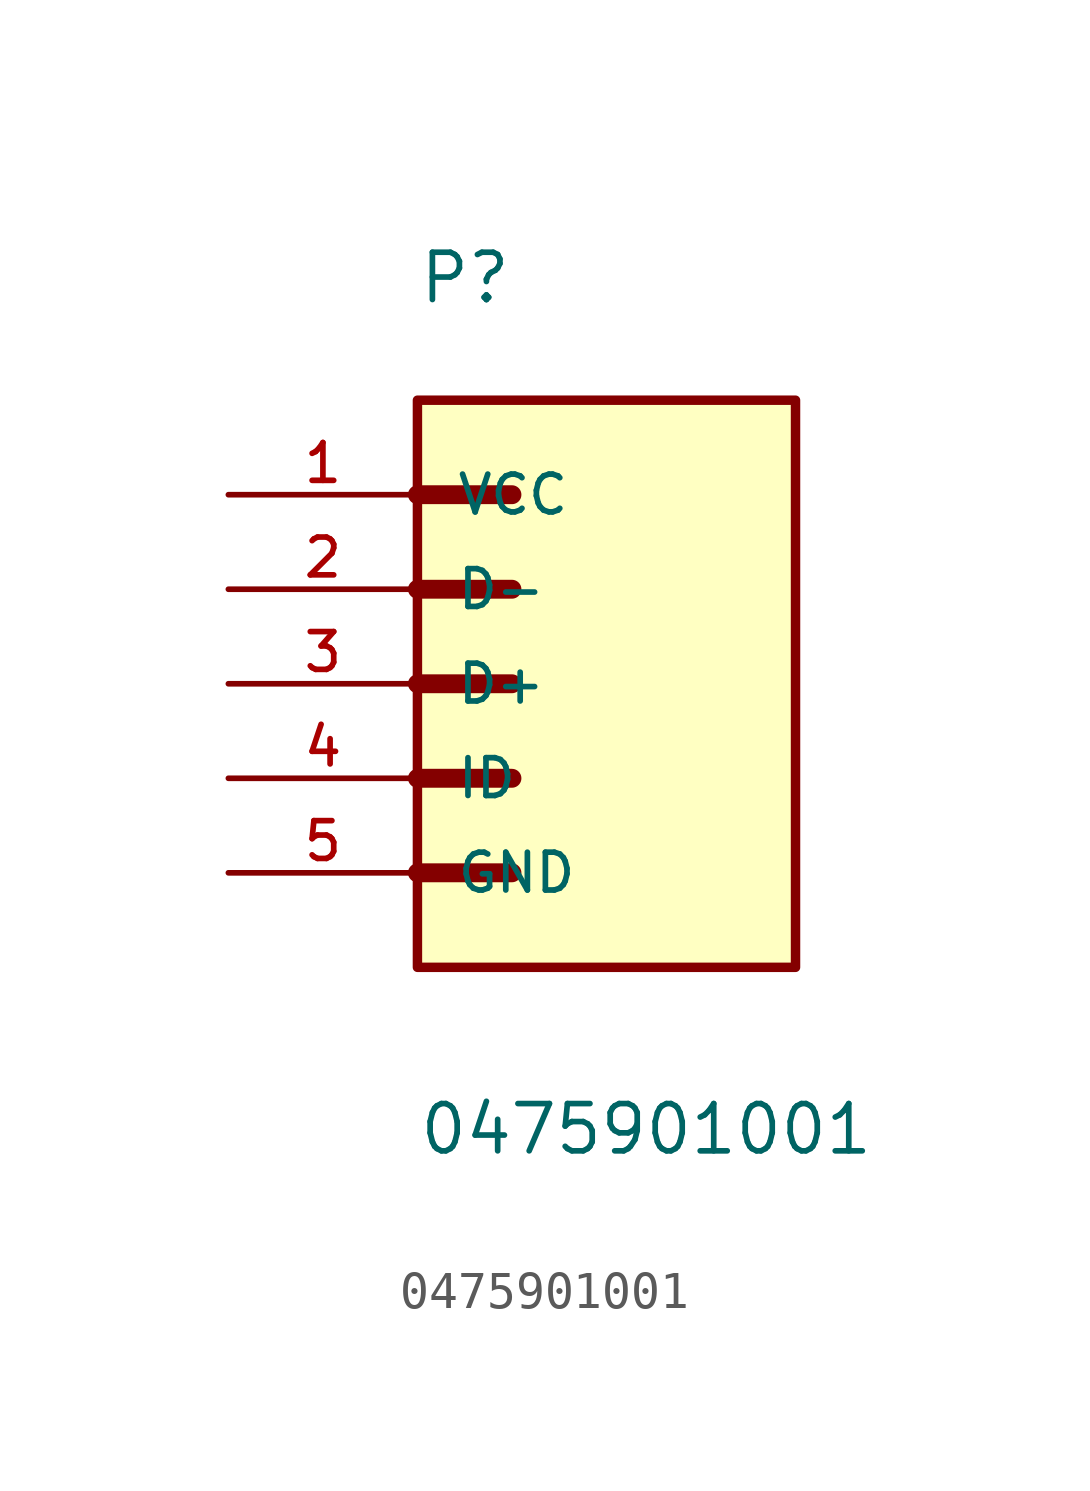
<source format=kicad_sym>
(kicad_symbol_lib
  (version 20211014)
  (generator kicad_symbol_editor)
  (symbol "0475901001"
    (pin_names
      (offset 1.016))
    (property "Reference" "P"
      (at 0.0 10.162 0)
      (effects (font (size 1.27 1.27)) (justify bottom left)))
    (property "Value" "0475901001"
      (at 0.0 -12.714 0)
      (effects (font (size 1.27 1.27)) (justify bottom left)))
    (symbol "0475901001_0_0"
      (polyline (pts (xy 0.0 5.08) (xy 2.54 5.08)) (stroke (width 0.508)))
      (polyline (pts (xy 0.0 2.54) (xy 2.54 2.54)) (stroke (width 0.508)))
      (polyline (pts (xy 0.0 0.0) (xy 2.54 0.0)) (stroke (width 0.508)))
      (polyline (pts (xy 0.0 -2.54) (xy 2.54 -2.54)) (stroke (width 0.508)))
      (polyline (pts (xy 0.0 -5.08) (xy 2.54 -5.08)) (stroke (width 0.508)))
      (rectangle (start 8.881784197e-16 -7.62) (end 10.16 7.62) (stroke (width 0.254)) (fill (type background)))
      (pin power_in line (at -5.08 5.08 0) (length 5.08) (name "VCC" (effects (font (size 1.016 1.016)))) (number "1" (effects (font (size 1.016 1.016)))))
      (pin bidirectional line (at -5.08 2.54 0) (length 5.08) (name "D-" (effects (font (size 1.016 1.016)))) (number "2" (effects (font (size 1.016 1.016)))))
      (pin bidirectional line (at -5.08 0.0 0) (length 5.08) (name "D+" (effects (font (size 1.016 1.016)))) (number "3" (effects (font (size 1.016 1.016)))))
      (pin passive line (at -5.08 -2.54 0) (length 5.08) (name "ID" (effects (font (size 1.016 1.016)))) (number "4" (effects (font (size 1.016 1.016)))))
      (pin passive line (at -5.08 -5.08 0) (length 5.08) (name "GND" (effects (font (size 1.016 1.016)))) (number "5" (effects (font (size 1.016 1.016))))))))
</source>
